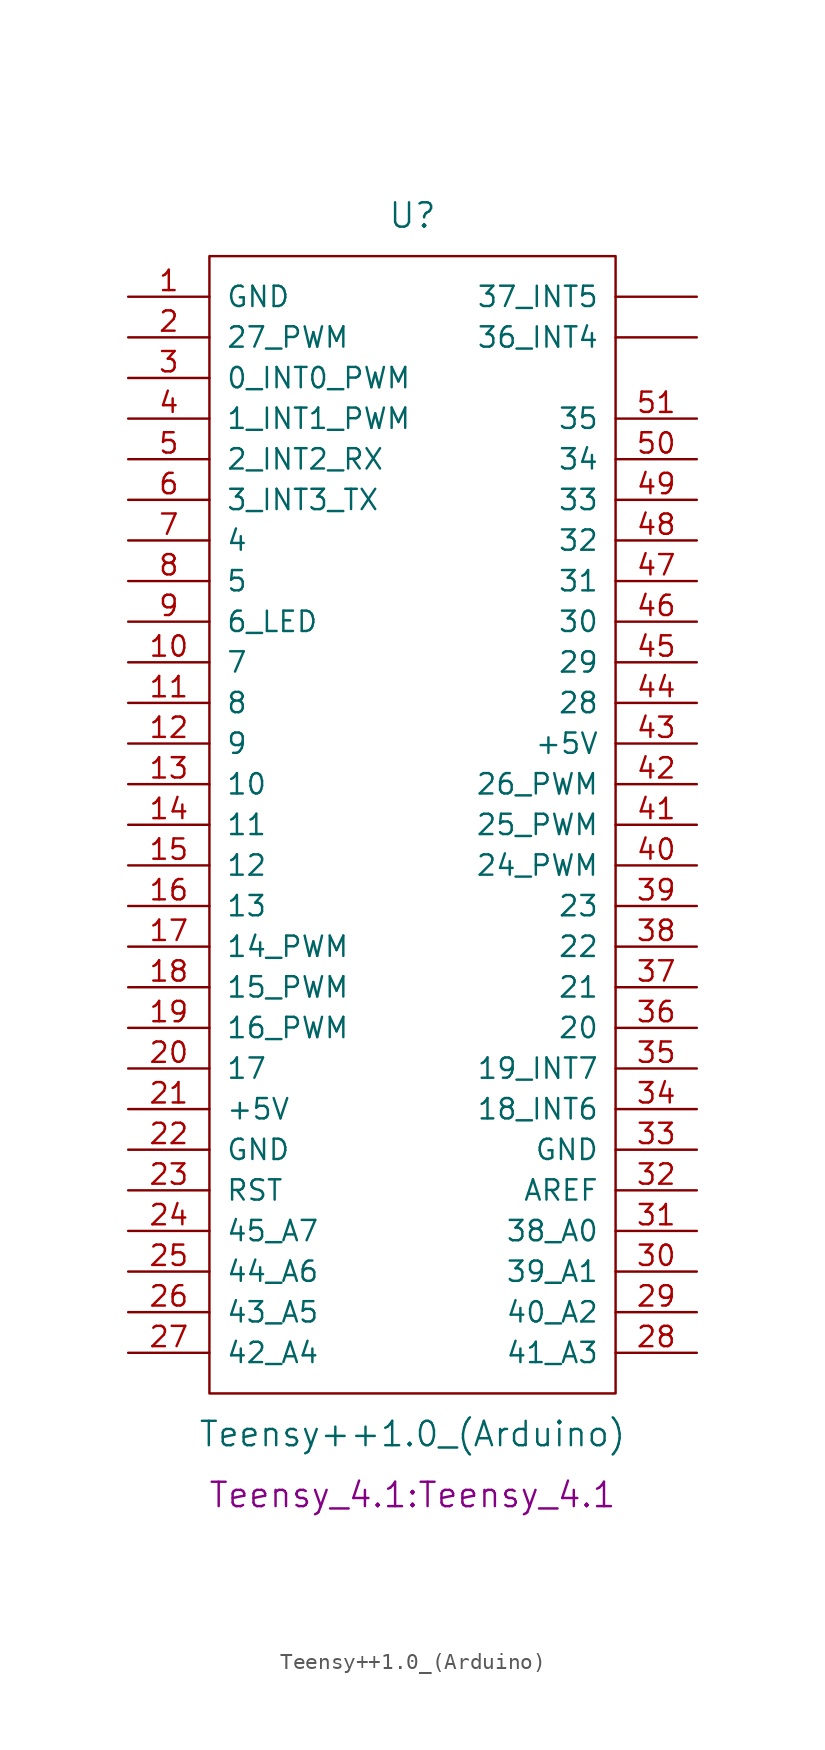
<source format=kicad_sym>
(kicad_symbol_lib
  (version 20211014)
  (generator kicad_symbol_editor)
  (symbol "Teensy++1.0_(Arduino)"
    (pin_names
      (offset 1.016))
    (property "Reference" "U"
      (at 0 38.1 0)
      (effects (font (size 1.524 1.524))))
    (property "Value" "Teensy++1.0_(Arduino)"
      (at 0 -38.1 0)
      (effects (font (size 1.524 1.524))))
    (property "Footprint" "Teensy_4.1:Teensy_4.1"
      (at 0 -41.91 0)
      (effects (font (size 1.524 1.524))))
    (property "Datasheet" ""
      (at 2.54 -20.32 0)
      (effects (font (size 1.524 1.524))))
    (symbol "Teensy++1.0_(Arduino)_0_1"
      (rectangle (start -12.7 35.56) (end 12.7 -35.56) (stroke (width 0) (type default) (color 0 0 0 0)) (fill (type none))))
    (symbol "Teensy++1.0_(Arduino)_1_1"
      (pin power_in line (at -17.78 33.02 0) (length 5.08) (name "GND" (effects (font (size 1.27 1.27)))) (number "1" (effects (font (size 1.27 1.27)))))
      (pin bidirectional line (at -17.78 10.16 0) (length 5.08) (name "7" (effects (font (size 1.27 1.27)))) (number "10" (effects (font (size 1.27 1.27)))))
      (pin bidirectional line (at -17.78 7.62 0) (length 5.08) (name "8" (effects (font (size 1.27 1.27)))) (number "11" (effects (font (size 1.27 1.27)))))
      (pin bidirectional line (at -17.78 5.08 0) (length 5.08) (name "9" (effects (font (size 1.27 1.27)))) (number "12" (effects (font (size 1.27 1.27)))))
      (pin bidirectional line (at -17.78 2.54 0) (length 5.08) (name "10" (effects (font (size 1.27 1.27)))) (number "13" (effects (font (size 1.27 1.27)))))
      (pin bidirectional line (at -17.78 0 0) (length 5.08) (name "11" (effects (font (size 1.27 1.27)))) (number "14" (effects (font (size 1.27 1.27)))))
      (pin bidirectional line (at -17.78 -2.54 0) (length 5.08) (name "12" (effects (font (size 1.27 1.27)))) (number "15" (effects (font (size 1.27 1.27)))))
      (pin bidirectional line (at -17.78 -5.08 0) (length 5.08) (name "13" (effects (font (size 1.27 1.27)))) (number "16" (effects (font (size 1.27 1.27)))))
      (pin bidirectional line (at -17.78 -7.62 0) (length 5.08) (name "14_PWM" (effects (font (size 1.27 1.27)))) (number "17" (effects (font (size 1.27 1.27)))))
      (pin bidirectional line (at -17.78 -10.16 0) (length 5.08) (name "15_PWM" (effects (font (size 1.27 1.27)))) (number "18" (effects (font (size 1.27 1.27)))))
      (pin bidirectional line (at -17.78 -12.7 0) (length 5.08) (name "16_PWM" (effects (font (size 1.27 1.27)))) (number "19" (effects (font (size 1.27 1.27)))))
      (pin bidirectional line (at -17.78 30.48 0) (length 5.08) (name "27_PWM" (effects (font (size 1.27 1.27)))) (number "2" (effects (font (size 1.27 1.27)))))
      (pin bidirectional line (at -17.78 -15.24 0) (length 5.08) (name "17" (effects (font (size 1.27 1.27)))) (number "20" (effects (font (size 1.27 1.27)))))
      (pin power_in line (at -17.78 -17.78 0) (length 5.08) (name "+5V" (effects (font (size 1.27 1.27)))) (number "21" (effects (font (size 1.27 1.27)))))
      (pin power_in line (at -17.78 -20.32 0) (length 5.08) (name "GND" (effects (font (size 1.27 1.27)))) (number "22" (effects (font (size 1.27 1.27)))))
      (pin input line (at -17.78 -22.86 0) (length 5.08) (name "RST" (effects (font (size 1.27 1.27)))) (number "23" (effects (font (size 1.27 1.27)))))
      (pin bidirectional line (at -17.78 -25.4 0) (length 5.08) (name "45_A7" (effects (font (size 1.27 1.27)))) (number "24" (effects (font (size 1.27 1.27)))))
      (pin bidirectional line (at -17.78 -27.94 0) (length 5.08) (name "44_A6" (effects (font (size 1.27 1.27)))) (number "25" (effects (font (size 1.27 1.27)))))
      (pin bidirectional line (at -17.78 -30.48 0) (length 5.08) (name "43_A5" (effects (font (size 1.27 1.27)))) (number "26" (effects (font (size 1.27 1.27)))))
      (pin bidirectional line (at -17.78 -33.02 0) (length 5.08) (name "42_A4" (effects (font (size 1.27 1.27)))) (number "27" (effects (font (size 1.27 1.27)))))
      (pin bidirectional line (at 17.78 -33.02 180) (length 5.08) (name "41_A3" (effects (font (size 1.27 1.27)))) (number "28" (effects (font (size 1.27 1.27)))))
      (pin bidirectional line (at 17.78 -30.48 180) (length 5.08) (name "40_A2" (effects (font (size 1.27 1.27)))) (number "29" (effects (font (size 1.27 1.27)))))
      (pin bidirectional line (at -17.78 27.94 0) (length 5.08) (name "0_INT0_PWM" (effects (font (size 1.27 1.27)))) (number "3" (effects (font (size 1.27 1.27)))))
      (pin bidirectional line (at 17.78 -27.94 180) (length 5.08) (name "39_A1" (effects (font (size 1.27 1.27)))) (number "30" (effects (font (size 1.27 1.27)))))
      (pin bidirectional line (at 17.78 -25.4 180) (length 5.08) (name "38_A0" (effects (font (size 1.27 1.27)))) (number "31" (effects (font (size 1.27 1.27)))))
      (pin input line (at 17.78 -22.86 180) (length 5.08) (name "AREF" (effects (font (size 1.27 1.27)))) (number "32" (effects (font (size 1.27 1.27)))))
      (pin power_in line (at 17.78 -20.32 180) (length 5.08) (name "GND" (effects (font (size 1.27 1.27)))) (number "33" (effects (font (size 1.27 1.27)))))
      (pin bidirectional line (at 17.78 -17.78 180) (length 5.08) (name "18_INT6" (effects (font (size 1.27 1.27)))) (number "34" (effects (font (size 1.27 1.27)))))
      (pin bidirectional line (at 17.78 -15.24 180) (length 5.08) (name "19_INT7" (effects (font (size 1.27 1.27)))) (number "35" (effects (font (size 1.27 1.27)))))
      (pin bidirectional line (at 17.78 -12.7 180) (length 5.08) (name "20" (effects (font (size 1.27 1.27)))) (number "36" (effects (font (size 1.27 1.27)))))
      (pin bidirectional line (at 17.78 -10.16 180) (length 5.08) (name "21" (effects (font (size 1.27 1.27)))) (number "37" (effects (font (size 1.27 1.27)))))
      (pin bidirectional line (at 17.78 -7.62 180) (length 5.08) (name "22" (effects (font (size 1.27 1.27)))) (number "38" (effects (font (size 1.27 1.27)))))
      (pin bidirectional line (at 17.78 -5.08 180) (length 5.08) (name "23" (effects (font (size 1.27 1.27)))) (number "39" (effects (font (size 1.27 1.27)))))
      (pin bidirectional line (at -17.78 25.4 0) (length 5.08) (name "1_INT1_PWM" (effects (font (size 1.27 1.27)))) (number "4" (effects (font (size 1.27 1.27)))))
      (pin bidirectional line (at 17.78 -2.54 180) (length 5.08) (name "24_PWM" (effects (font (size 1.27 1.27)))) (number "40" (effects (font (size 1.27 1.27)))))
      (pin bidirectional line (at 17.78 0 180) (length 5.08) (name "25_PWM" (effects (font (size 1.27 1.27)))) (number "41" (effects (font (size 1.27 1.27)))))
      (pin bidirectional line (at 17.78 2.54 180) (length 5.08) (name "26_PWM" (effects (font (size 1.27 1.27)))) (number "42" (effects (font (size 1.27 1.27)))))
      (pin power_in line (at 17.78 5.08 180) (length 5.08) (name "+5V" (effects (font (size 1.27 1.27)))) (number "43" (effects (font (size 1.27 1.27)))))
      (pin bidirectional line (at 17.78 7.62 180) (length 5.08) (name "28" (effects (font (size 1.27 1.27)))) (number "44" (effects (font (size 1.27 1.27)))))
      (pin bidirectional line (at 17.78 10.16 180) (length 5.08) (name "29" (effects (font (size 1.27 1.27)))) (number "45" (effects (font (size 1.27 1.27)))))
      (pin bidirectional line (at 17.78 12.7 180) (length 5.08) (name "30" (effects (font (size 1.27 1.27)))) (number "46" (effects (font (size 1.27 1.27)))))
      (pin bidirectional line (at 17.78 15.24 180) (length 5.08) (name "31" (effects (font (size 1.27 1.27)))) (number "47" (effects (font (size 1.27 1.27)))))
      (pin bidirectional line (at 17.78 17.78 180) (length 5.08) (name "32" (effects (font (size 1.27 1.27)))) (number "48" (effects (font (size 1.27 1.27)))))
      (pin bidirectional line (at 17.78 20.32 180) (length 5.08) (name "33" (effects (font (size 1.27 1.27)))) (number "49" (effects (font (size 1.27 1.27)))))
      (pin bidirectional line (at -17.78 22.86 0) (length 5.08) (name "2_INT2_RX" (effects (font (size 1.27 1.27)))) (number "5" (effects (font (size 1.27 1.27)))))
      (pin bidirectional line (at 17.78 22.86 180) (length 5.08) (name "34" (effects (font (size 1.27 1.27)))) (number "50" (effects (font (size 1.27 1.27)))))
      (pin bidirectional line (at 17.78 25.4 180) (length 5.08) (name "35" (effects (font (size 1.27 1.27)))) (number "51" (effects (font (size 1.27 1.27)))))
      (pin bidirectional line (at -17.78 20.32 0) (length 5.08) (name "3_INT3_TX" (effects (font (size 1.27 1.27)))) (number "6" (effects (font (size 1.27 1.27)))))
      (pin bidirectional line (at -17.78 17.78 0) (length 5.08) (name "4" (effects (font (size 1.27 1.27)))) (number "7" (effects (font (size 1.27 1.27)))))
      (pin bidirectional line (at -17.78 15.24 0) (length 5.08) (name "5" (effects (font (size 1.27 1.27)))) (number "8" (effects (font (size 1.27 1.27)))))
      (pin bidirectional line (at -17.78 12.7 0) (length 5.08) (name "6_LED" (effects (font (size 1.27 1.27)))) (number "9" (effects (font (size 1.27 1.27)))))
      (pin bidirectional line (at 17.78 30.48 180) (length 5.08) (name "36_INT4" (effects (font (size 1.27 1.27)))) (number "~" (effects (font (size 1.27 1.27)))))
      (pin bidirectional line (at 17.78 33.02 180) (length 5.08) (name "37_INT5" (effects (font (size 1.27 1.27)))) (number "~" (effects (font (size 1.27 1.27))))))))
</source>
